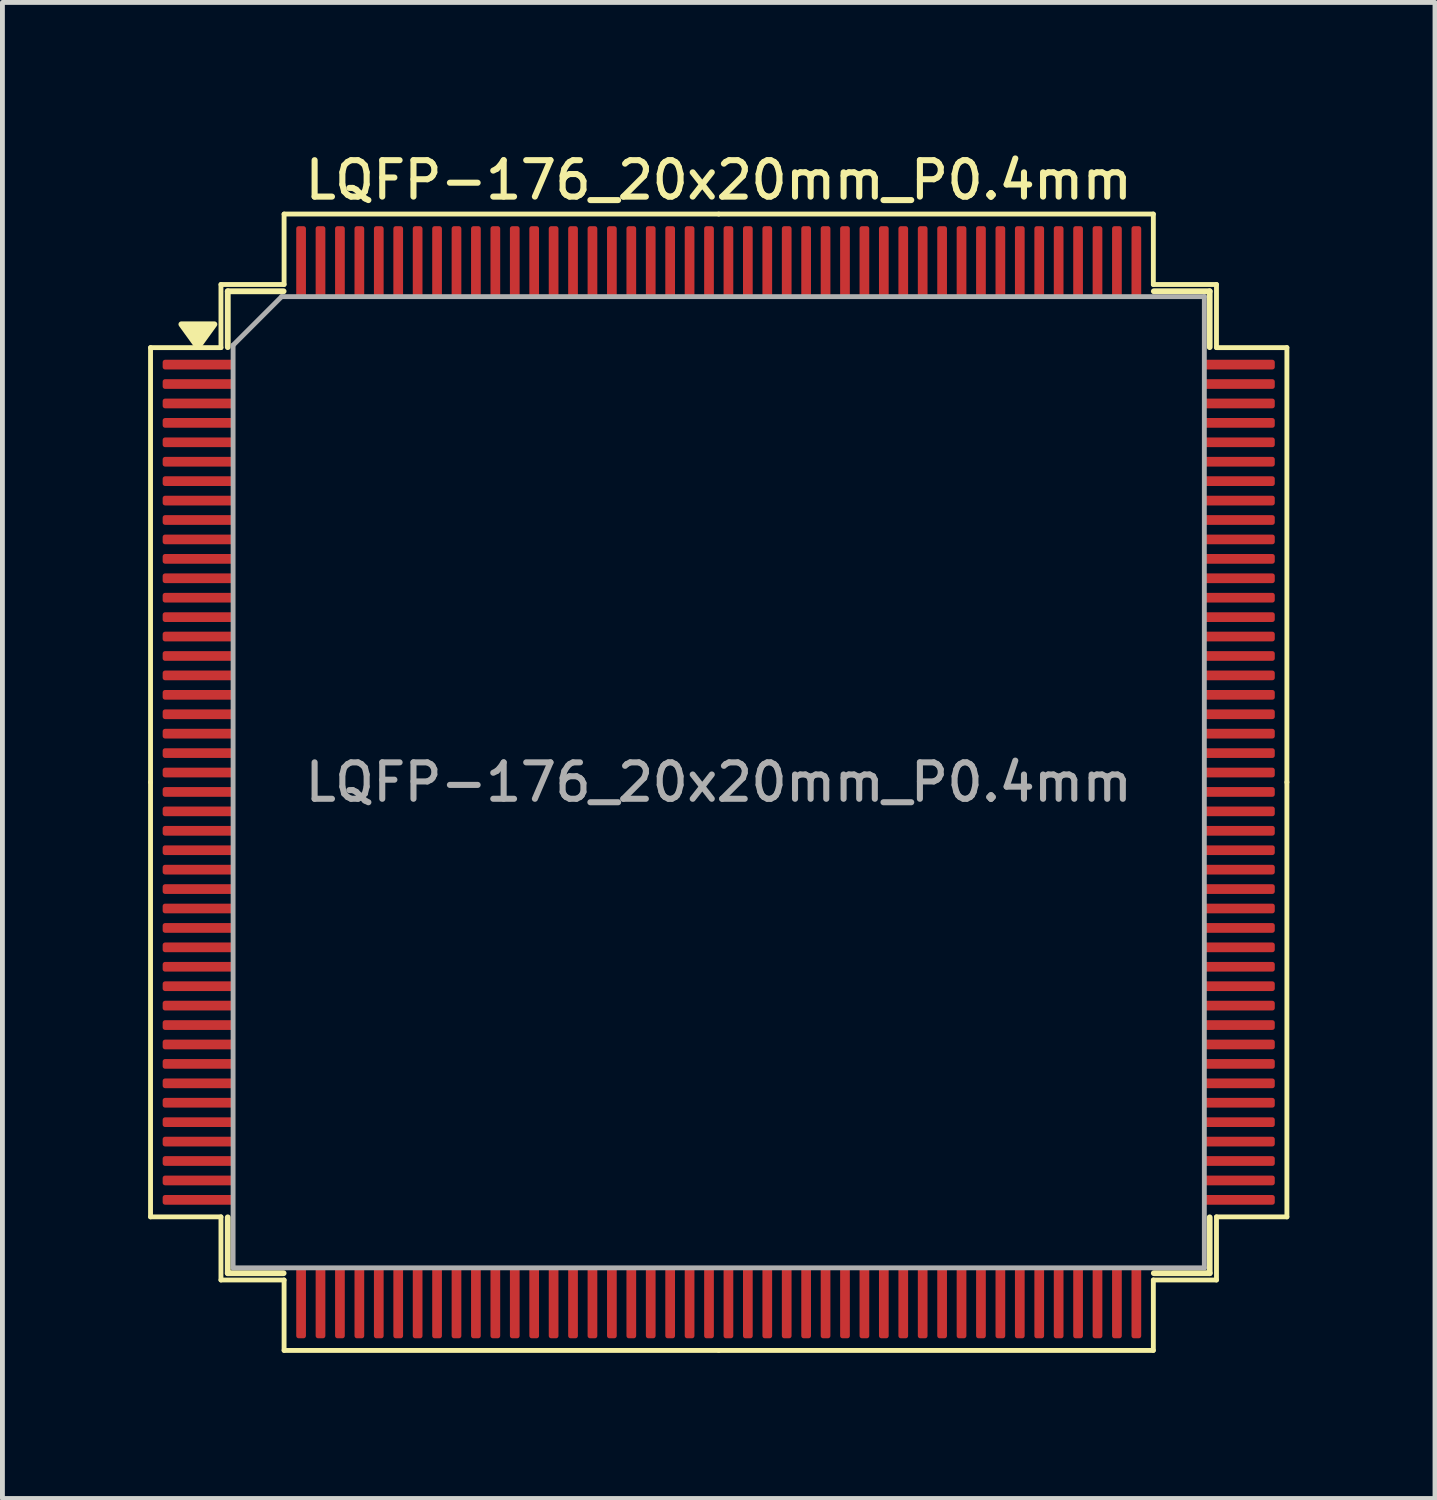
<source format=kicad_pcb>
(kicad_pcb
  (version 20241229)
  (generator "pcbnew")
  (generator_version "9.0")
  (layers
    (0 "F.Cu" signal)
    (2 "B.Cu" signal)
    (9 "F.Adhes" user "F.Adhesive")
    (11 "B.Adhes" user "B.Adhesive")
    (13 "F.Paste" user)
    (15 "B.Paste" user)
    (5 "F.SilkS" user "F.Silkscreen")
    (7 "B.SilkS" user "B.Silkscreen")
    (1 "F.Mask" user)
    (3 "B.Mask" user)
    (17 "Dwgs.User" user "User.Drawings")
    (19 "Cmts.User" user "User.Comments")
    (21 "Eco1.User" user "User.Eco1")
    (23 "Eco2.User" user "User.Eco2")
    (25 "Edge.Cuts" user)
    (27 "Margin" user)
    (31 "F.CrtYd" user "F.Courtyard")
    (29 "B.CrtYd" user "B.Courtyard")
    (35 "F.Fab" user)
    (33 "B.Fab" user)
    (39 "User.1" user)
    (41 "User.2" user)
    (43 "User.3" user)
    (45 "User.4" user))
  (footprint "LQFP-176_20x20mm_P0.4mm"
    (layer "F.Cu")
    (at 11.75 13.058)
    (property "Reference" "LQFP-176_20x20mm_P0.4mm" (at 0 -12.4 0) (layer "F.SilkS") (effects (font (size 0.75 0.75) (thickness 0.125))))
    (attr smd)
    (fp_line (start -11.7 -8.95) (end -11.7 0) (stroke (width 0.1) (type solid)) (layer "F.SilkS"))
    (fp_line (start -11.7 8.95) (end -11.7 0) (stroke (width 0.1) (type solid)) (layer "F.SilkS"))
    (fp_line (start -10.25 -10.25) (end -10.25 -8.95) (stroke (width 0.1) (type solid)) (layer "F.SilkS"))
    (fp_line (start -10.25 -8.95) (end -11.7 -8.95) (stroke (width 0.1) (type solid)) (layer "F.SilkS"))
    (fp_line (start -10.25 8.95) (end -11.7 8.95) (stroke (width 0.1) (type solid)) (layer "F.SilkS"))
    (fp_line (start -10.25 10.25) (end -10.25 8.95) (stroke (width 0.1) (type solid)) (layer "F.SilkS"))
    (fp_line (start -10.11 -10.11) (end -10.11 -8.96) (stroke (width 0.12) (type solid)) (layer "F.SilkS"))
    (fp_line (start -10.11 10.11) (end -10.11 8.96) (stroke (width 0.12) (type solid)) (layer "F.SilkS"))
    (fp_line (start -8.96 -10.11) (end -10.11 -10.11) (stroke (width 0.12) (type solid)) (layer "F.SilkS"))
    (fp_line (start -8.96 10.11) (end -10.11 10.11) (stroke (width 0.12) (type solid)) (layer "F.SilkS"))
    (fp_line (start -8.95 -11.7) (end -8.95 -10.25) (stroke (width 0.1) (type solid)) (layer "F.SilkS"))
    (fp_line (start -8.95 -10.25) (end -10.25 -10.25) (stroke (width 0.1) (type solid)) (layer "F.SilkS"))
    (fp_line (start -8.95 10.25) (end -10.25 10.25) (stroke (width 0.1) (type solid)) (layer "F.SilkS"))
    (fp_line (start -8.95 11.7) (end -8.95 10.25) (stroke (width 0.1) (type solid)) (layer "F.SilkS"))
    (fp_line (start 0 -11.7) (end -8.95 -11.7) (stroke (width 0.1) (type solid)) (layer "F.SilkS"))
    (fp_line (start 0 -11.7) (end 8.95 -11.7) (stroke (width 0.1) (type solid)) (layer "F.SilkS"))
    (fp_line (start 0 11.7) (end -8.95 11.7) (stroke (width 0.1) (type solid)) (layer "F.SilkS"))
    (fp_line (start 0 11.7) (end 8.95 11.7) (stroke (width 0.1) (type solid)) (layer "F.SilkS"))
    (fp_line (start 8.95 -11.7) (end 8.95 -10.25) (stroke (width 0.1) (type solid)) (layer "F.SilkS"))
    (fp_line (start 8.95 -10.25) (end 10.25 -10.25) (stroke (width 0.1) (type solid)) (layer "F.SilkS"))
    (fp_line (start 8.95 10.25) (end 10.25 10.25) (stroke (width 0.1) (type solid)) (layer "F.SilkS"))
    (fp_line (start 8.95 11.7) (end 8.95 10.25) (stroke (width 0.1) (type solid)) (layer "F.SilkS"))
    (fp_line (start 8.96 -10.11) (end 10.11 -10.11) (stroke (width 0.12) (type solid)) (layer "F.SilkS"))
    (fp_line (start 8.96 10.11) (end 10.11 10.11) (stroke (width 0.12) (type solid)) (layer "F.SilkS"))
    (fp_line (start 10.11 -10.11) (end 10.11 -8.96) (stroke (width 0.12) (type solid)) (layer "F.SilkS"))
    (fp_line (start 10.11 10.11) (end 10.11 8.96) (stroke (width 0.12) (type solid)) (layer "F.SilkS"))
    (fp_line (start 10.25 -10.25) (end 10.25 -8.95) (stroke (width 0.1) (type solid)) (layer "F.SilkS"))
    (fp_line (start 10.25 -8.95) (end 11.7 -8.95) (stroke (width 0.1) (type solid)) (layer "F.SilkS"))
    (fp_line (start 10.25 8.95) (end 11.7 8.95) (stroke (width 0.1) (type solid)) (layer "F.SilkS"))
    (fp_line (start 10.25 10.25) (end 10.25 8.95) (stroke (width 0.1) (type solid)) (layer "F.SilkS"))
    (fp_line (start 11.7 -8.95) (end 11.7 0) (stroke (width 0.1) (type solid)) (layer "F.SilkS"))
    (fp_line (start 11.7 8.95) (end 11.7 0) (stroke (width 0.1) (type solid)) (layer "F.SilkS"))
    (fp_poly (pts (xy -10.725 -8.96) (xy -11.065 -9.43) (xy -10.385 -9.43) (xy -10.725 -8.96)) (stroke (width 0.12) (type solid)) (fill yes) (layer "F.SilkS"))
    (fp_line (start -10 -9) (end -9 -10) (stroke (width 0.1) (type solid)) (layer "F.Fab"))
    (fp_line (start -10 10) (end -10 -9) (stroke (width 0.1) (type solid)) (layer "F.Fab"))
    (fp_line (start -9 -10) (end 10 -10) (stroke (width 0.1) (type solid)) (layer "F.Fab"))
    (fp_line (start 10 -10) (end 10 10) (stroke (width 0.1) (type solid)) (layer "F.Fab"))
    (fp_line (start 10 10) (end -10 10) (stroke (width 0.1) (type solid)) (layer "F.Fab"))
    (fp_text user "${REFERENCE}" (at 0 0 0) (layer "F.Fab") (effects (font (size 0.75 0.75) (thickness 0.125))))
    (pad "1" smd roundrect (at -10.713 -8.6) (size 1.475 0.2) (layers "F.Cu" "F.Mask" "F.Paste") (roundrect_rratio 0.25))
    (pad "2" smd roundrect (at -10.713 -8.2) (size 1.475 0.2) (layers "F.Cu" "F.Mask" "F.Paste") (roundrect_rratio 0.25))
    (pad "3" smd roundrect (at -10.713 -7.8) (size 1.475 0.2) (layers "F.Cu" "F.Mask" "F.Paste") (roundrect_rratio 0.25))
    (pad "4" smd roundrect (at -10.713 -7.4) (size 1.475 0.2) (layers "F.Cu" "F.Mask" "F.Paste") (roundrect_rratio 0.25))
    (pad "5" smd roundrect (at -10.713 -7) (size 1.475 0.2) (layers "F.Cu" "F.Mask" "F.Paste") (roundrect_rratio 0.25))
    (pad "6" smd roundrect (at -10.713 -6.6) (size 1.475 0.2) (layers "F.Cu" "F.Mask" "F.Paste") (roundrect_rratio 0.25))
    (pad "7" smd roundrect (at -10.713 -6.2) (size 1.475 0.2) (layers "F.Cu" "F.Mask" "F.Paste") (roundrect_rratio 0.25))
    (pad "8" smd roundrect (at -10.713 -5.8) (size 1.475 0.2) (layers "F.Cu" "F.Mask" "F.Paste") (roundrect_rratio 0.25))
    (pad "9" smd roundrect (at -10.713 -5.4) (size 1.475 0.2) (layers "F.Cu" "F.Mask" "F.Paste") (roundrect_rratio 0.25))
    (pad "10" smd roundrect (at -10.713 -5) (size 1.475 0.2) (layers "F.Cu" "F.Mask" "F.Paste") (roundrect_rratio 0.25))
    (pad "11" smd roundrect (at -10.713 -4.6) (size 1.475 0.2) (layers "F.Cu" "F.Mask" "F.Paste") (roundrect_rratio 0.25))
    (pad "12" smd roundrect (at -10.713 -4.2) (size 1.475 0.2) (layers "F.Cu" "F.Mask" "F.Paste") (roundrect_rratio 0.25))
    (pad "13" smd roundrect (at -10.713 -3.8) (size 1.475 0.2) (layers "F.Cu" "F.Mask" "F.Paste") (roundrect_rratio 0.25))
    (pad "14" smd roundrect (at -10.713 -3.4) (size 1.475 0.2) (layers "F.Cu" "F.Mask" "F.Paste") (roundrect_rratio 0.25))
    (pad "15" smd roundrect (at -10.713 -3) (size 1.475 0.2) (layers "F.Cu" "F.Mask" "F.Paste") (roundrect_rratio 0.25))
    (pad "16" smd roundrect (at -10.713 -2.6) (size 1.475 0.2) (layers "F.Cu" "F.Mask" "F.Paste") (roundrect_rratio 0.25))
    (pad "17" smd roundrect (at -10.713 -2.2) (size 1.475 0.2) (layers "F.Cu" "F.Mask" "F.Paste") (roundrect_rratio 0.25))
    (pad "18" smd roundrect (at -10.713 -1.8) (size 1.475 0.2) (layers "F.Cu" "F.Mask" "F.Paste") (roundrect_rratio 0.25))
    (pad "19" smd roundrect (at -10.713 -1.4) (size 1.475 0.2) (layers "F.Cu" "F.Mask" "F.Paste") (roundrect_rratio 0.25))
    (pad "20" smd roundrect (at -10.713 -1) (size 1.475 0.2) (layers "F.Cu" "F.Mask" "F.Paste") (roundrect_rratio 0.25))
    (pad "21" smd roundrect (at -10.713 -0.6) (size 1.475 0.2) (layers "F.Cu" "F.Mask" "F.Paste") (roundrect_rratio 0.25))
    (pad "22" smd roundrect (at -10.713 -0.2) (size 1.475 0.2) (layers "F.Cu" "F.Mask" "F.Paste") (roundrect_rratio 0.25))
    (pad "23" smd roundrect (at -10.713 0.2) (size 1.475 0.2) (layers "F.Cu" "F.Mask" "F.Paste") (roundrect_rratio 0.25))
    (pad "24" smd roundrect (at -10.713 0.6) (size 1.475 0.2) (layers "F.Cu" "F.Mask" "F.Paste") (roundrect_rratio 0.25))
    (pad "25" smd roundrect (at -10.713 1) (size 1.475 0.2) (layers "F.Cu" "F.Mask" "F.Paste") (roundrect_rratio 0.25))
    (pad "26" smd roundrect (at -10.713 1.4) (size 1.475 0.2) (layers "F.Cu" "F.Mask" "F.Paste") (roundrect_rratio 0.25))
    (pad "27" smd roundrect (at -10.713 1.8) (size 1.475 0.2) (layers "F.Cu" "F.Mask" "F.Paste") (roundrect_rratio 0.25))
    (pad "28" smd roundrect (at -10.713 2.2) (size 1.475 0.2) (layers "F.Cu" "F.Mask" "F.Paste") (roundrect_rratio 0.25))
    (pad "29" smd roundrect (at -10.713 2.6) (size 1.475 0.2) (layers "F.Cu" "F.Mask" "F.Paste") (roundrect_rratio 0.25))
    (pad "30" smd roundrect (at -10.713 3) (size 1.475 0.2) (layers "F.Cu" "F.Mask" "F.Paste") (roundrect_rratio 0.25))
    (pad "31" smd roundrect (at -10.713 3.4) (size 1.475 0.2) (layers "F.Cu" "F.Mask" "F.Paste") (roundrect_rratio 0.25))
    (pad "32" smd roundrect (at -10.713 3.8) (size 1.475 0.2) (layers "F.Cu" "F.Mask" "F.Paste") (roundrect_rratio 0.25))
    (pad "33" smd roundrect (at -10.713 4.2) (size 1.475 0.2) (layers "F.Cu" "F.Mask" "F.Paste") (roundrect_rratio 0.25))
    (pad "34" smd roundrect (at -10.713 4.6) (size 1.475 0.2) (layers "F.Cu" "F.Mask" "F.Paste") (roundrect_rratio 0.25))
    (pad "35" smd roundrect (at -10.713 5) (size 1.475 0.2) (layers "F.Cu" "F.Mask" "F.Paste") (roundrect_rratio 0.25))
    (pad "36" smd roundrect (at -10.713 5.4) (size 1.475 0.2) (layers "F.Cu" "F.Mask" "F.Paste") (roundrect_rratio 0.25))
    (pad "37" smd roundrect (at -10.713 5.8) (size 1.475 0.2) (layers "F.Cu" "F.Mask" "F.Paste") (roundrect_rratio 0.25))
    (pad "38" smd roundrect (at -10.713 6.2) (size 1.475 0.2) (layers "F.Cu" "F.Mask" "F.Paste") (roundrect_rratio 0.25))
    (pad "39" smd roundrect (at -10.713 6.6) (size 1.475 0.2) (layers "F.Cu" "F.Mask" "F.Paste") (roundrect_rratio 0.25))
    (pad "40" smd roundrect (at -10.713 7) (size 1.475 0.2) (layers "F.Cu" "F.Mask" "F.Paste") (roundrect_rratio 0.25))
    (pad "41" smd roundrect (at -10.713 7.4) (size 1.475 0.2) (layers "F.Cu" "F.Mask" "F.Paste") (roundrect_rratio 0.25))
    (pad "42" smd roundrect (at -10.713 7.8) (size 1.475 0.2) (layers "F.Cu" "F.Mask" "F.Paste") (roundrect_rratio 0.25))
    (pad "43" smd roundrect (at -10.713 8.2) (size 1.475 0.2) (layers "F.Cu" "F.Mask" "F.Paste") (roundrect_rratio 0.25))
    (pad "44" smd roundrect (at -10.713 8.6) (size 1.475 0.2) (layers "F.Cu" "F.Mask" "F.Paste") (roundrect_rratio 0.25))
    (pad "45" smd roundrect (at -8.6 10.713) (size 0.2 1.475) (layers "F.Cu" "F.Mask" "F.Paste") (roundrect_rratio 0.25))
    (pad "46" smd roundrect (at -8.2 10.713) (size 0.2 1.475) (layers "F.Cu" "F.Mask" "F.Paste") (roundrect_rratio 0.25))
    (pad "47" smd roundrect (at -7.8 10.713) (size 0.2 1.475) (layers "F.Cu" "F.Mask" "F.Paste") (roundrect_rratio 0.25))
    (pad "48" smd roundrect (at -7.4 10.713) (size 0.2 1.475) (layers "F.Cu" "F.Mask" "F.Paste") (roundrect_rratio 0.25))
    (pad "49" smd roundrect (at -7 10.713) (size 0.2 1.475) (layers "F.Cu" "F.Mask" "F.Paste") (roundrect_rratio 0.25))
    (pad "50" smd roundrect (at -6.6 10.713) (size 0.2 1.475) (layers "F.Cu" "F.Mask" "F.Paste") (roundrect_rratio 0.25))
    (pad "51" smd roundrect (at -6.2 10.713) (size 0.2 1.475) (layers "F.Cu" "F.Mask" "F.Paste") (roundrect_rratio 0.25))
    (pad "52" smd roundrect (at -5.8 10.713) (size 0.2 1.475) (layers "F.Cu" "F.Mask" "F.Paste") (roundrect_rratio 0.25))
    (pad "53" smd roundrect (at -5.4 10.713) (size 0.2 1.475) (layers "F.Cu" "F.Mask" "F.Paste") (roundrect_rratio 0.25))
    (pad "54" smd roundrect (at -5 10.713) (size 0.2 1.475) (layers "F.Cu" "F.Mask" "F.Paste") (roundrect_rratio 0.25))
    (pad "55" smd roundrect (at -4.6 10.713) (size 0.2 1.475) (layers "F.Cu" "F.Mask" "F.Paste") (roundrect_rratio 0.25))
    (pad "56" smd roundrect (at -4.2 10.713) (size 0.2 1.475) (layers "F.Cu" "F.Mask" "F.Paste") (roundrect_rratio 0.25))
    (pad "57" smd roundrect (at -3.8 10.713) (size 0.2 1.475) (layers "F.Cu" "F.Mask" "F.Paste") (roundrect_rratio 0.25))
    (pad "58" smd roundrect (at -3.4 10.713) (size 0.2 1.475) (layers "F.Cu" "F.Mask" "F.Paste") (roundrect_rratio 0.25))
    (pad "59" smd roundrect (at -3 10.713) (size 0.2 1.475) (layers "F.Cu" "F.Mask" "F.Paste") (roundrect_rratio 0.25))
    (pad "60" smd roundrect (at -2.6 10.713) (size 0.2 1.475) (layers "F.Cu" "F.Mask" "F.Paste") (roundrect_rratio 0.25))
    (pad "61" smd roundrect (at -2.2 10.713) (size 0.2 1.475) (layers "F.Cu" "F.Mask" "F.Paste") (roundrect_rratio 0.25))
    (pad "62" smd roundrect (at -1.8 10.713) (size 0.2 1.475) (layers "F.Cu" "F.Mask" "F.Paste") (roundrect_rratio 0.25))
    (pad "63" smd roundrect (at -1.4 10.713) (size 0.2 1.475) (layers "F.Cu" "F.Mask" "F.Paste") (roundrect_rratio 0.25))
    (pad "64" smd roundrect (at -1 10.713) (size 0.2 1.475) (layers "F.Cu" "F.Mask" "F.Paste") (roundrect_rratio 0.25))
    (pad "65" smd roundrect (at -0.6 10.713) (size 0.2 1.475) (layers "F.Cu" "F.Mask" "F.Paste") (roundrect_rratio 0.25))
    (pad "66" smd roundrect (at -0.2 10.713) (size 0.2 1.475) (layers "F.Cu" "F.Mask" "F.Paste") (roundrect_rratio 0.25))
    (pad "67" smd roundrect (at 0.2 10.713) (size 0.2 1.475) (layers "F.Cu" "F.Mask" "F.Paste") (roundrect_rratio 0.25))
    (pad "68" smd roundrect (at 0.6 10.713) (size 0.2 1.475) (layers "F.Cu" "F.Mask" "F.Paste") (roundrect_rratio 0.25))
    (pad "69" smd roundrect (at 1 10.713) (size 0.2 1.475) (layers "F.Cu" "F.Mask" "F.Paste") (roundrect_rratio 0.25))
    (pad "70" smd roundrect (at 1.4 10.713) (size 0.2 1.475) (layers "F.Cu" "F.Mask" "F.Paste") (roundrect_rratio 0.25))
    (pad "71" smd roundrect (at 1.8 10.713) (size 0.2 1.475) (layers "F.Cu" "F.Mask" "F.Paste") (roundrect_rratio 0.25))
    (pad "72" smd roundrect (at 2.2 10.713) (size 0.2 1.475) (layers "F.Cu" "F.Mask" "F.Paste") (roundrect_rratio 0.25))
    (pad "73" smd roundrect (at 2.6 10.713) (size 0.2 1.475) (layers "F.Cu" "F.Mask" "F.Paste") (roundrect_rratio 0.25))
    (pad "74" smd roundrect (at 3 10.713) (size 0.2 1.475) (layers "F.Cu" "F.Mask" "F.Paste") (roundrect_rratio 0.25))
    (pad "75" smd roundrect (at 3.4 10.713) (size 0.2 1.475) (layers "F.Cu" "F.Mask" "F.Paste") (roundrect_rratio 0.25))
    (pad "76" smd roundrect (at 3.8 10.713) (size 0.2 1.475) (layers "F.Cu" "F.Mask" "F.Paste") (roundrect_rratio 0.25))
    (pad "77" smd roundrect (at 4.2 10.713) (size 0.2 1.475) (layers "F.Cu" "F.Mask" "F.Paste") (roundrect_rratio 0.25))
    (pad "78" smd roundrect (at 4.6 10.713) (size 0.2 1.475) (layers "F.Cu" "F.Mask" "F.Paste") (roundrect_rratio 0.25))
    (pad "79" smd roundrect (at 5 10.713) (size 0.2 1.475) (layers "F.Cu" "F.Mask" "F.Paste") (roundrect_rratio 0.25))
    (pad "80" smd roundrect (at 5.4 10.713) (size 0.2 1.475) (layers "F.Cu" "F.Mask" "F.Paste") (roundrect_rratio 0.25))
    (pad "81" smd roundrect (at 5.8 10.713) (size 0.2 1.475) (layers "F.Cu" "F.Mask" "F.Paste") (roundrect_rratio 0.25))
    (pad "82" smd roundrect (at 6.2 10.713) (size 0.2 1.475) (layers "F.Cu" "F.Mask" "F.Paste") (roundrect_rratio 0.25))
    (pad "83" smd roundrect (at 6.6 10.713) (size 0.2 1.475) (layers "F.Cu" "F.Mask" "F.Paste") (roundrect_rratio 0.25))
    (pad "84" smd roundrect (at 7 10.713) (size 0.2 1.475) (layers "F.Cu" "F.Mask" "F.Paste") (roundrect_rratio 0.25))
    (pad "85" smd roundrect (at 7.4 10.713) (size 0.2 1.475) (layers "F.Cu" "F.Mask" "F.Paste") (roundrect_rratio 0.25))
    (pad "86" smd roundrect (at 7.8 10.713) (size 0.2 1.475) (layers "F.Cu" "F.Mask" "F.Paste") (roundrect_rratio 0.25))
    (pad "87" smd roundrect (at 8.2 10.713) (size 0.2 1.475) (layers "F.Cu" "F.Mask" "F.Paste") (roundrect_rratio 0.25))
    (pad "88" smd roundrect (at 8.6 10.713) (size 0.2 1.475) (layers "F.Cu" "F.Mask" "F.Paste") (roundrect_rratio 0.25))
    (pad "89" smd roundrect (at 10.713 8.6) (size 1.475 0.2) (layers "F.Cu" "F.Mask" "F.Paste") (roundrect_rratio 0.25))
    (pad "90" smd roundrect (at 10.713 8.2) (size 1.475 0.2) (layers "F.Cu" "F.Mask" "F.Paste") (roundrect_rratio 0.25))
    (pad "91" smd roundrect (at 10.713 7.8) (size 1.475 0.2) (layers "F.Cu" "F.Mask" "F.Paste") (roundrect_rratio 0.25))
    (pad "92" smd roundrect (at 10.713 7.4) (size 1.475 0.2) (layers "F.Cu" "F.Mask" "F.Paste") (roundrect_rratio 0.25))
    (pad "93" smd roundrect (at 10.713 7) (size 1.475 0.2) (layers "F.Cu" "F.Mask" "F.Paste") (roundrect_rratio 0.25))
    (pad "94" smd roundrect (at 10.713 6.6) (size 1.475 0.2) (layers "F.Cu" "F.Mask" "F.Paste") (roundrect_rratio 0.25))
    (pad "95" smd roundrect (at 10.713 6.2) (size 1.475 0.2) (layers "F.Cu" "F.Mask" "F.Paste") (roundrect_rratio 0.25))
    (pad "96" smd roundrect (at 10.713 5.8) (size 1.475 0.2) (layers "F.Cu" "F.Mask" "F.Paste") (roundrect_rratio 0.25))
    (pad "97" smd roundrect (at 10.713 5.4) (size 1.475 0.2) (layers "F.Cu" "F.Mask" "F.Paste") (roundrect_rratio 0.25))
    (pad "98" smd roundrect (at 10.713 5) (size 1.475 0.2) (layers "F.Cu" "F.Mask" "F.Paste") (roundrect_rratio 0.25))
    (pad "99" smd roundrect (at 10.713 4.6) (size 1.475 0.2) (layers "F.Cu" "F.Mask" "F.Paste") (roundrect_rratio 0.25))
    (pad "100" smd roundrect (at 10.713 4.2) (size 1.475 0.2) (layers "F.Cu" "F.Mask" "F.Paste") (roundrect_rratio 0.25))
    (pad "101" smd roundrect (at 10.713 3.8) (size 1.475 0.2) (layers "F.Cu" "F.Mask" "F.Paste") (roundrect_rratio 0.25))
    (pad "102" smd roundrect (at 10.713 3.4) (size 1.475 0.2) (layers "F.Cu" "F.Mask" "F.Paste") (roundrect_rratio 0.25))
    (pad "103" smd roundrect (at 10.713 3) (size 1.475 0.2) (layers "F.Cu" "F.Mask" "F.Paste") (roundrect_rratio 0.25))
    (pad "104" smd roundrect (at 10.713 2.6) (size 1.475 0.2) (layers "F.Cu" "F.Mask" "F.Paste") (roundrect_rratio 0.25))
    (pad "105" smd roundrect (at 10.713 2.2) (size 1.475 0.2) (layers "F.Cu" "F.Mask" "F.Paste") (roundrect_rratio 0.25))
    (pad "106" smd roundrect (at 10.713 1.8) (size 1.475 0.2) (layers "F.Cu" "F.Mask" "F.Paste") (roundrect_rratio 0.25))
    (pad "107" smd roundrect (at 10.713 1.4) (size 1.475 0.2) (layers "F.Cu" "F.Mask" "F.Paste") (roundrect_rratio 0.25))
    (pad "108" smd roundrect (at 10.713 1) (size 1.475 0.2) (layers "F.Cu" "F.Mask" "F.Paste") (roundrect_rratio 0.25))
    (pad "109" smd roundrect (at 10.713 0.6) (size 1.475 0.2) (layers "F.Cu" "F.Mask" "F.Paste") (roundrect_rratio 0.25))
    (pad "110" smd roundrect (at 10.713 0.2) (size 1.475 0.2) (layers "F.Cu" "F.Mask" "F.Paste") (roundrect_rratio 0.25))
    (pad "111" smd roundrect (at 10.713 -0.2) (size 1.475 0.2) (layers "F.Cu" "F.Mask" "F.Paste") (roundrect_rratio 0.25))
    (pad "112" smd roundrect (at 10.713 -0.6) (size 1.475 0.2) (layers "F.Cu" "F.Mask" "F.Paste") (roundrect_rratio 0.25))
    (pad "113" smd roundrect (at 10.713 -1) (size 1.475 0.2) (layers "F.Cu" "F.Mask" "F.Paste") (roundrect_rratio 0.25))
    (pad "114" smd roundrect (at 10.713 -1.4) (size 1.475 0.2) (layers "F.Cu" "F.Mask" "F.Paste") (roundrect_rratio 0.25))
    (pad "115" smd roundrect (at 10.713 -1.8) (size 1.475 0.2) (layers "F.Cu" "F.Mask" "F.Paste") (roundrect_rratio 0.25))
    (pad "116" smd roundrect (at 10.713 -2.2) (size 1.475 0.2) (layers "F.Cu" "F.Mask" "F.Paste") (roundrect_rratio 0.25))
    (pad "117" smd roundrect (at 10.713 -2.6) (size 1.475 0.2) (layers "F.Cu" "F.Mask" "F.Paste") (roundrect_rratio 0.25))
    (pad "118" smd roundrect (at 10.713 -3) (size 1.475 0.2) (layers "F.Cu" "F.Mask" "F.Paste") (roundrect_rratio 0.25))
    (pad "119" smd roundrect (at 10.713 -3.4) (size 1.475 0.2) (layers "F.Cu" "F.Mask" "F.Paste") (roundrect_rratio 0.25))
    (pad "120" smd roundrect (at 10.713 -3.8) (size 1.475 0.2) (layers "F.Cu" "F.Mask" "F.Paste") (roundrect_rratio 0.25))
    (pad "121" smd roundrect (at 10.713 -4.2) (size 1.475 0.2) (layers "F.Cu" "F.Mask" "F.Paste") (roundrect_rratio 0.25))
    (pad "122" smd roundrect (at 10.713 -4.6) (size 1.475 0.2) (layers "F.Cu" "F.Mask" "F.Paste") (roundrect_rratio 0.25))
    (pad "123" smd roundrect (at 10.713 -5) (size 1.475 0.2) (layers "F.Cu" "F.Mask" "F.Paste") (roundrect_rratio 0.25))
    (pad "124" smd roundrect (at 10.713 -5.4) (size 1.475 0.2) (layers "F.Cu" "F.Mask" "F.Paste") (roundrect_rratio 0.25))
    (pad "125" smd roundrect (at 10.713 -5.8) (size 1.475 0.2) (layers "F.Cu" "F.Mask" "F.Paste") (roundrect_rratio 0.25))
    (pad "126" smd roundrect (at 10.713 -6.2) (size 1.475 0.2) (layers "F.Cu" "F.Mask" "F.Paste") (roundrect_rratio 0.25))
    (pad "127" smd roundrect (at 10.713 -6.6) (size 1.475 0.2) (layers "F.Cu" "F.Mask" "F.Paste") (roundrect_rratio 0.25))
    (pad "128" smd roundrect (at 10.713 -7) (size 1.475 0.2) (layers "F.Cu" "F.Mask" "F.Paste") (roundrect_rratio 0.25))
    (pad "129" smd roundrect (at 10.713 -7.4) (size 1.475 0.2) (layers "F.Cu" "F.Mask" "F.Paste") (roundrect_rratio 0.25))
    (pad "130" smd roundrect (at 10.713 -7.8) (size 1.475 0.2) (layers "F.Cu" "F.Mask" "F.Paste") (roundrect_rratio 0.25))
    (pad "131" smd roundrect (at 10.713 -8.2) (size 1.475 0.2) (layers "F.Cu" "F.Mask" "F.Paste") (roundrect_rratio 0.25))
    (pad "132" smd roundrect (at 10.713 -8.6) (size 1.475 0.2) (layers "F.Cu" "F.Mask" "F.Paste") (roundrect_rratio 0.25))
    (pad "133" smd roundrect (at 8.6 -10.713) (size 0.2 1.475) (layers "F.Cu" "F.Mask" "F.Paste") (roundrect_rratio 0.25))
    (pad "134" smd roundrect (at 8.2 -10.713) (size 0.2 1.475) (layers "F.Cu" "F.Mask" "F.Paste") (roundrect_rratio 0.25))
    (pad "135" smd roundrect (at 7.8 -10.713) (size 0.2 1.475) (layers "F.Cu" "F.Mask" "F.Paste") (roundrect_rratio 0.25))
    (pad "136" smd roundrect (at 7.4 -10.713) (size 0.2 1.475) (layers "F.Cu" "F.Mask" "F.Paste") (roundrect_rratio 0.25))
    (pad "137" smd roundrect (at 7 -10.713) (size 0.2 1.475) (layers "F.Cu" "F.Mask" "F.Paste") (roundrect_rratio 0.25))
    (pad "138" smd roundrect (at 6.6 -10.713) (size 0.2 1.475) (layers "F.Cu" "F.Mask" "F.Paste") (roundrect_rratio 0.25))
    (pad "139" smd roundrect (at 6.2 -10.713) (size 0.2 1.475) (layers "F.Cu" "F.Mask" "F.Paste") (roundrect_rratio 0.25))
    (pad "140" smd roundrect (at 5.8 -10.713) (size 0.2 1.475) (layers "F.Cu" "F.Mask" "F.Paste") (roundrect_rratio 0.25))
    (pad "141" smd roundrect (at 5.4 -10.713) (size 0.2 1.475) (layers "F.Cu" "F.Mask" "F.Paste") (roundrect_rratio 0.25))
    (pad "142" smd roundrect (at 5 -10.713) (size 0.2 1.475) (layers "F.Cu" "F.Mask" "F.Paste") (roundrect_rratio 0.25))
    (pad "143" smd roundrect (at 4.6 -10.713) (size 0.2 1.475) (layers "F.Cu" "F.Mask" "F.Paste") (roundrect_rratio 0.25))
    (pad "144" smd roundrect (at 4.2 -10.713) (size 0.2 1.475) (layers "F.Cu" "F.Mask" "F.Paste") (roundrect_rratio 0.25))
    (pad "145" smd roundrect (at 3.8 -10.713) (size 0.2 1.475) (layers "F.Cu" "F.Mask" "F.Paste") (roundrect_rratio 0.25))
    (pad "146" smd roundrect (at 3.4 -10.713) (size 0.2 1.475) (layers "F.Cu" "F.Mask" "F.Paste") (roundrect_rratio 0.25))
    (pad "147" smd roundrect (at 3 -10.713) (size 0.2 1.475) (layers "F.Cu" "F.Mask" "F.Paste") (roundrect_rratio 0.25))
    (pad "148" smd roundrect (at 2.6 -10.713) (size 0.2 1.475) (layers "F.Cu" "F.Mask" "F.Paste") (roundrect_rratio 0.25))
    (pad "149" smd roundrect (at 2.2 -10.713) (size 0.2 1.475) (layers "F.Cu" "F.Mask" "F.Paste") (roundrect_rratio 0.25))
    (pad "150" smd roundrect (at 1.8 -10.713) (size 0.2 1.475) (layers "F.Cu" "F.Mask" "F.Paste") (roundrect_rratio 0.25))
    (pad "151" smd roundrect (at 1.4 -10.713) (size 0.2 1.475) (layers "F.Cu" "F.Mask" "F.Paste") (roundrect_rratio 0.25))
    (pad "152" smd roundrect (at 1 -10.713) (size 0.2 1.475) (layers "F.Cu" "F.Mask" "F.Paste") (roundrect_rratio 0.25))
    (pad "153" smd roundrect (at 0.6 -10.713) (size 0.2 1.475) (layers "F.Cu" "F.Mask" "F.Paste") (roundrect_rratio 0.25))
    (pad "154" smd roundrect (at 0.2 -10.713) (size 0.2 1.475) (layers "F.Cu" "F.Mask" "F.Paste") (roundrect_rratio 0.25))
    (pad "155" smd roundrect (at -0.2 -10.713) (size 0.2 1.475) (layers "F.Cu" "F.Mask" "F.Paste") (roundrect_rratio 0.25))
    (pad "156" smd roundrect (at -0.6 -10.713) (size 0.2 1.475) (layers "F.Cu" "F.Mask" "F.Paste") (roundrect_rratio 0.25))
    (pad "157" smd roundrect (at -1 -10.713) (size 0.2 1.475) (layers "F.Cu" "F.Mask" "F.Paste") (roundrect_rratio 0.25))
    (pad "158" smd roundrect (at -1.4 -10.713) (size 0.2 1.475) (layers "F.Cu" "F.Mask" "F.Paste") (roundrect_rratio 0.25))
    (pad "159" smd roundrect (at -1.8 -10.713) (size 0.2 1.475) (layers "F.Cu" "F.Mask" "F.Paste") (roundrect_rratio 0.25))
    (pad "160" smd roundrect (at -2.2 -10.713) (size 0.2 1.475) (layers "F.Cu" "F.Mask" "F.Paste") (roundrect_rratio 0.25))
    (pad "161" smd roundrect (at -2.6 -10.713) (size 0.2 1.475) (layers "F.Cu" "F.Mask" "F.Paste") (roundrect_rratio 0.25))
    (pad "162" smd roundrect (at -3 -10.713) (size 0.2 1.475) (layers "F.Cu" "F.Mask" "F.Paste") (roundrect_rratio 0.25))
    (pad "163" smd roundrect (at -3.4 -10.713) (size 0.2 1.475) (layers "F.Cu" "F.Mask" "F.Paste") (roundrect_rratio 0.25))
    (pad "164" smd roundrect (at -3.8 -10.713) (size 0.2 1.475) (layers "F.Cu" "F.Mask" "F.Paste") (roundrect_rratio 0.25))
    (pad "165" smd roundrect (at -4.2 -10.713) (size 0.2 1.475) (layers "F.Cu" "F.Mask" "F.Paste") (roundrect_rratio 0.25))
    (pad "166" smd roundrect (at -4.6 -10.713) (size 0.2 1.475) (layers "F.Cu" "F.Mask" "F.Paste") (roundrect_rratio 0.25))
    (pad "167" smd roundrect (at -5 -10.713) (size 0.2 1.475) (layers "F.Cu" "F.Mask" "F.Paste") (roundrect_rratio 0.25))
    (pad "168" smd roundrect (at -5.4 -10.713) (size 0.2 1.475) (layers "F.Cu" "F.Mask" "F.Paste") (roundrect_rratio 0.25))
    (pad "169" smd roundrect (at -5.8 -10.713) (size 0.2 1.475) (layers "F.Cu" "F.Mask" "F.Paste") (roundrect_rratio 0.25))
    (pad "170" smd roundrect (at -6.2 -10.713) (size 0.2 1.475) (layers "F.Cu" "F.Mask" "F.Paste") (roundrect_rratio 0.25))
    (pad "171" smd roundrect (at -6.6 -10.713) (size 0.2 1.475) (layers "F.Cu" "F.Mask" "F.Paste") (roundrect_rratio 0.25))
    (pad "172" smd roundrect (at -7 -10.713) (size 0.2 1.475) (layers "F.Cu" "F.Mask" "F.Paste") (roundrect_rratio 0.25))
    (pad "173" smd roundrect (at -7.4 -10.713) (size 0.2 1.475) (layers "F.Cu" "F.Mask" "F.Paste") (roundrect_rratio 0.25))
    (pad "174" smd roundrect (at -7.8 -10.713) (size 0.2 1.475) (layers "F.Cu" "F.Mask" "F.Paste") (roundrect_rratio 0.25))
    (pad "175" smd roundrect (at -8.2 -10.713) (size 0.2 1.475) (layers "F.Cu" "F.Mask" "F.Paste") (roundrect_rratio 0.25))
    (pad "176" smd roundrect (at -8.6 -10.713) (size 0.2 1.475) (layers "F.Cu" "F.Mask" "F.Paste") (roundrect_rratio 0.25)))
  (gr_rect
    (start -3 -3)
    (end 26.5 27.808)
    (stroke (width 0.1) (type default))
    (fill no)
    (layer "Edge.Cuts")))
</source>
